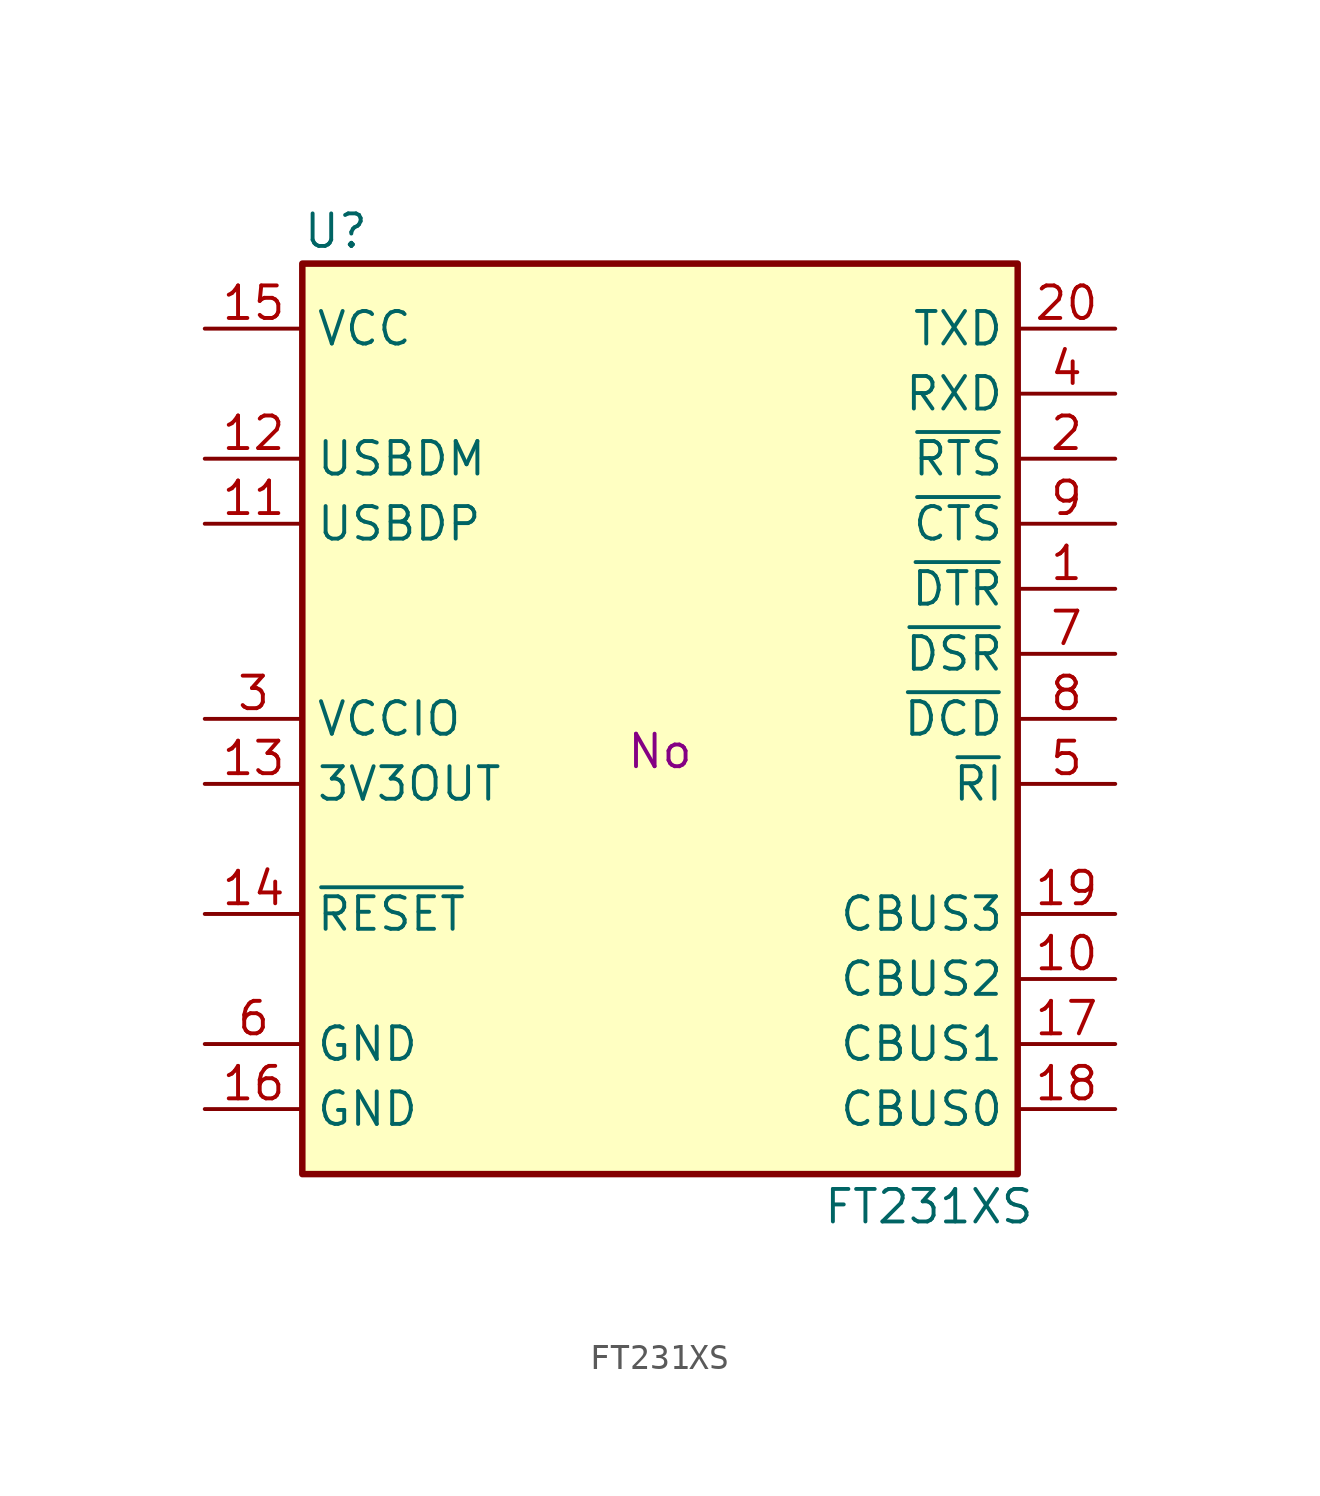
<source format=kicad_sym>
(kicad_symbol_lib
  (version 20211014)
  (generator kicad_symbol_editor)
  (symbol "FT231XS"
    (property "Reference" "U"
      (at -13.97 19.05 0)
      (effects (font (size 1.27 1.27)) (justify left)))
    (property "Value" "FT231XS"
      (at 6.35 -19.05 0)
      (effects (font (size 1.27 1.27)) (justify left)))
    (property "substitute" "No"
      (at 0 -1.27 0)
      (effects (font (size 1.27 1.27))))
    (symbol "FT231XS_0_1"
      (rectangle (start -13.97 17.78) (end 13.97 -17.78) (stroke (width 0.254) (type default) (color 0 0 0 0)) (fill (type background))))
    (symbol "FT231XS_1_1"
      (pin output line (at 17.78 5.08 180) (length 3.81) (name "~{DTR}" (effects (font (size 1.27 1.27)))) (number "1" (effects (font (size 1.27 1.27)))))
      (pin bidirectional line (at 17.78 -10.16 180) (length 3.81) (name "CBUS2" (effects (font (size 1.27 1.27)))) (number "10" (effects (font (size 1.27 1.27)))))
      (pin bidirectional line (at -17.78 7.62 0) (length 3.81) (name "USBDP" (effects (font (size 1.27 1.27)))) (number "11" (effects (font (size 1.27 1.27)))))
      (pin bidirectional line (at -17.78 10.16 0) (length 3.81) (name "USBDM" (effects (font (size 1.27 1.27)))) (number "12" (effects (font (size 1.27 1.27)))))
      (pin power_out line (at -17.78 -2.54 0) (length 3.81) (name "3V3OUT" (effects (font (size 1.27 1.27)))) (number "13" (effects (font (size 1.27 1.27)))))
      (pin input line (at -17.78 -7.62 0) (length 3.81) (name "~{RESET}" (effects (font (size 1.27 1.27)))) (number "14" (effects (font (size 1.27 1.27)))))
      (pin power_in line (at -17.78 15.24 0) (length 3.81) (name "VCC" (effects (font (size 1.27 1.27)))) (number "15" (effects (font (size 1.27 1.27)))))
      (pin power_in line (at -17.78 -15.24 0) (length 3.81) (name "GND" (effects (font (size 1.27 1.27)))) (number "16" (effects (font (size 1.27 1.27)))))
      (pin bidirectional line (at 17.78 -12.7 180) (length 3.81) (name "CBUS1" (effects (font (size 1.27 1.27)))) (number "17" (effects (font (size 1.27 1.27)))))
      (pin bidirectional line (at 17.78 -15.24 180) (length 3.81) (name "CBUS0" (effects (font (size 1.27 1.27)))) (number "18" (effects (font (size 1.27 1.27)))))
      (pin bidirectional line (at 17.78 -7.62 180) (length 3.81) (name "CBUS3" (effects (font (size 1.27 1.27)))) (number "19" (effects (font (size 1.27 1.27)))))
      (pin output line (at 17.78 10.16 180) (length 3.81) (name "~{RTS}" (effects (font (size 1.27 1.27)))) (number "2" (effects (font (size 1.27 1.27)))))
      (pin output line (at 17.78 15.24 180) (length 3.81) (name "TXD" (effects (font (size 1.27 1.27)))) (number "20" (effects (font (size 1.27 1.27)))))
      (pin power_in line (at -17.78 0 0) (length 3.81) (name "VCCIO" (effects (font (size 1.27 1.27)))) (number "3" (effects (font (size 1.27 1.27)))))
      (pin input line (at 17.78 12.7 180) (length 3.81) (name "RXD" (effects (font (size 1.27 1.27)))) (number "4" (effects (font (size 1.27 1.27)))))
      (pin input line (at 17.78 -2.54 180) (length 3.81) (name "~{RI}" (effects (font (size 1.27 1.27)))) (number "5" (effects (font (size 1.27 1.27)))))
      (pin power_in line (at -17.78 -12.7 0) (length 3.81) (name "GND" (effects (font (size 1.27 1.27)))) (number "6" (effects (font (size 1.27 1.27)))))
      (pin input line (at 17.78 2.54 180) (length 3.81) (name "~{DSR}" (effects (font (size 1.27 1.27)))) (number "7" (effects (font (size 1.27 1.27)))))
      (pin input line (at 17.78 0 180) (length 3.81) (name "~{DCD}" (effects (font (size 1.27 1.27)))) (number "8" (effects (font (size 1.27 1.27)))))
      (pin input line (at 17.78 7.62 180) (length 3.81) (name "~{CTS}" (effects (font (size 1.27 1.27)))) (number "9" (effects (font (size 1.27 1.27))))))))
</source>
